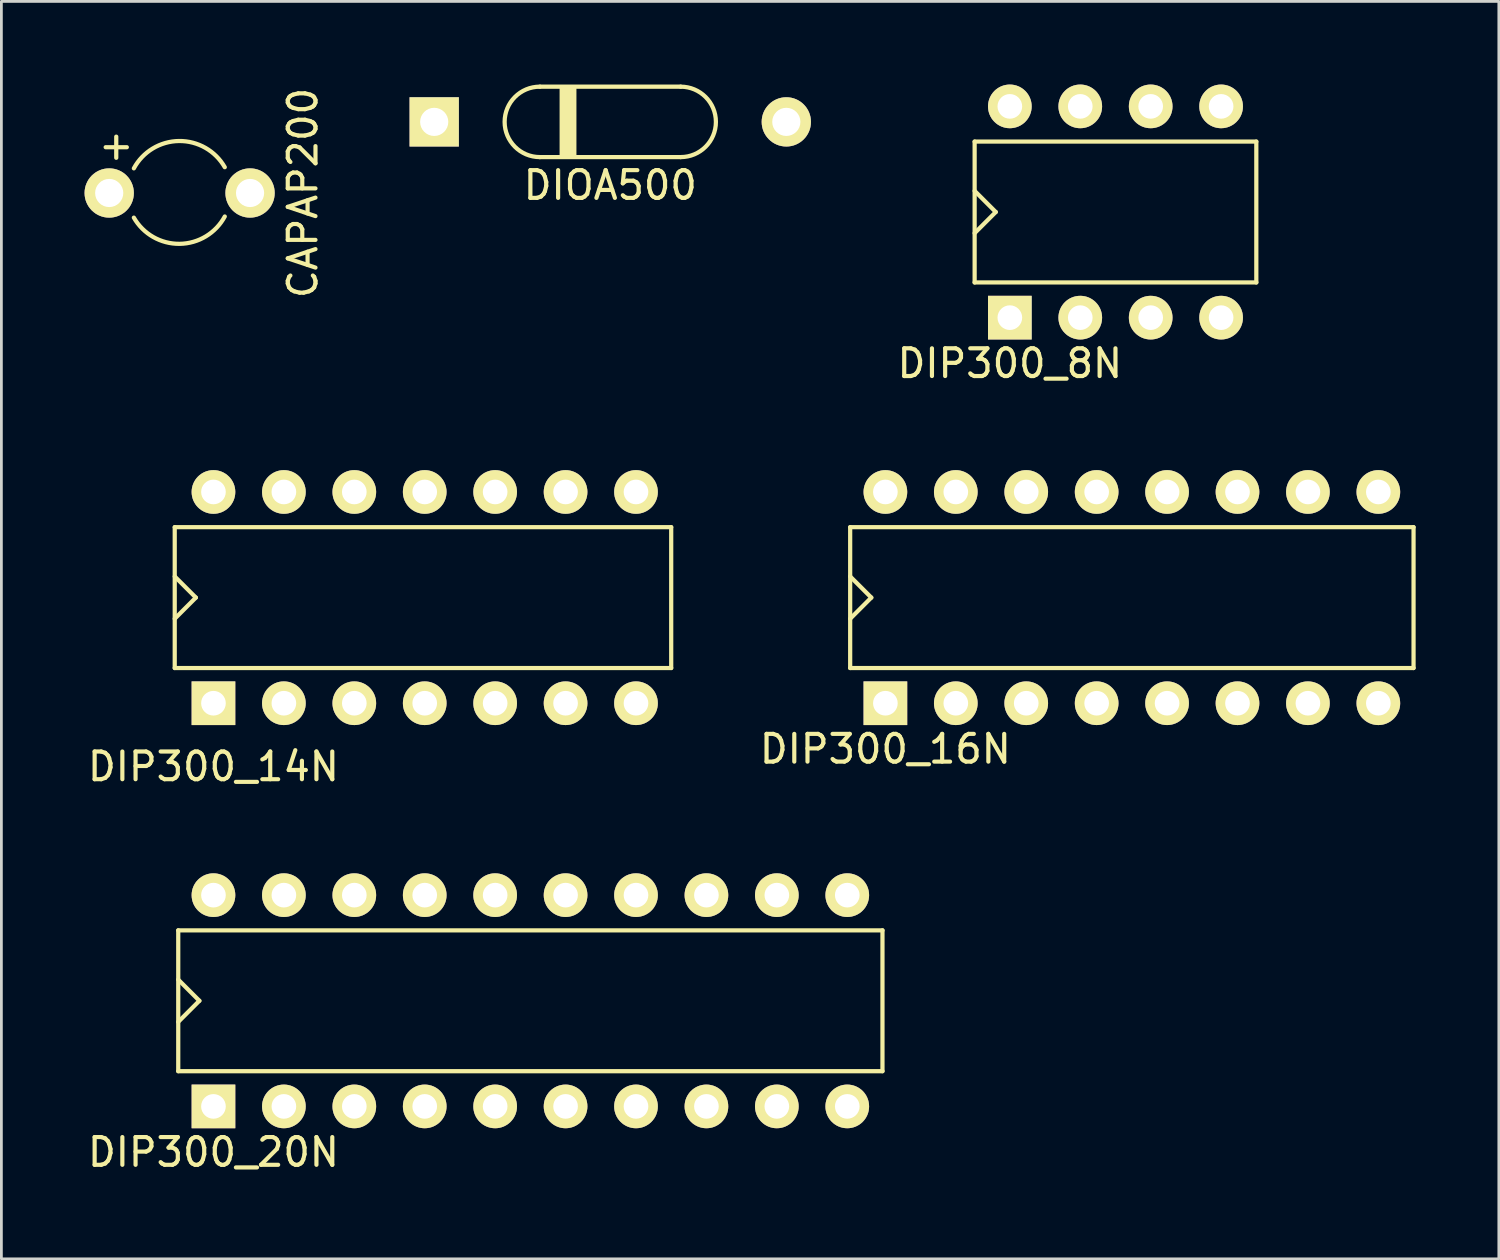
<source format=kicad_pcb>
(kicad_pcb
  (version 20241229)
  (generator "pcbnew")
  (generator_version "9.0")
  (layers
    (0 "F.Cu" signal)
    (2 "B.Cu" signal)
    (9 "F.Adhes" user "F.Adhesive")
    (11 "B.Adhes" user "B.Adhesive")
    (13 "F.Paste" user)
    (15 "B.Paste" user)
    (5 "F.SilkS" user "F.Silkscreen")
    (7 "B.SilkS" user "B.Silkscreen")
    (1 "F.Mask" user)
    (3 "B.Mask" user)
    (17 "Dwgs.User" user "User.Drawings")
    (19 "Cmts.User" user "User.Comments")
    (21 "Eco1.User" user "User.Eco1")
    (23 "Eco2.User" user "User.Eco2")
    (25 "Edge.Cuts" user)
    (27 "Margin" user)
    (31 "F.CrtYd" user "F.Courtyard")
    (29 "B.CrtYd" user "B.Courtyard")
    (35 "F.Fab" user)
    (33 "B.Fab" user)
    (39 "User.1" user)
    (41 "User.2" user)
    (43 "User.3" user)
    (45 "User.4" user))
  (footprint "DIP300_8N"
    (layer "F.Cu")
    (at 33.373 8.407)
    (property "Reference" "DIP300_8N" (at 0 1.651 0) (layer "F.SilkS") (effects (font (size 1 1) (thickness 0.15))))
    (attr through_hole)
    (fp_line (start -1.27 -6.35) (end 8.89 -6.35) (stroke (width 0.152) (type solid)) (layer "F.SilkS"))
    (fp_line (start -1.27 -4.572) (end -0.508 -3.81) (stroke (width 0.152) (type solid)) (layer "F.SilkS"))
    (fp_line (start -1.27 -1.27) (end -1.27 -6.35) (stroke (width 0.152) (type solid)) (layer "F.SilkS"))
    (fp_line (start -0.508 -3.81) (end -1.27 -3.048) (stroke (width 0.152) (type solid)) (layer "F.SilkS"))
    (fp_line (start 8.89 -6.35) (end 8.89 -1.27) (stroke (width 0.152) (type solid)) (layer "F.SilkS"))
    (fp_line (start 8.89 -1.27) (end -1.27 -1.27) (stroke (width 0.152) (type solid)) (layer "F.SilkS"))
    (pad "1" thru_hole rect (at 0 0) (size 1.575 1.575) (drill 0.889) (layers "*.Cu" "*.Mask" "F.SilkS"))
    (pad "2" thru_hole circle (at 2.54 0) (size 1.575 1.575) (drill 0.889) (layers "*.Cu" "*.Mask" "F.SilkS"))
    (pad "3" thru_hole circle (at 5.08 0) (size 1.575 1.575) (drill 0.889) (layers "*.Cu" "*.Mask" "F.SilkS"))
    (pad "4" thru_hole circle (at 7.62 0) (size 1.575 1.575) (drill 0.889) (layers "*.Cu" "*.Mask" "F.SilkS"))
    (pad "5" thru_hole circle (at 7.62 -7.62) (size 1.575 1.575) (drill 0.889) (layers "*.Cu" "*.Mask" "F.SilkS"))
    (pad "6" thru_hole circle (at 5.08 -7.62) (size 1.575 1.575) (drill 0.889) (layers "*.Cu" "*.Mask" "F.SilkS"))
    (pad "7" thru_hole circle (at 2.54 -7.62) (size 1.575 1.575) (drill 0.889) (layers "*.Cu" "*.Mask" "F.SilkS"))
    (pad "8" thru_hole circle (at 0 -7.62) (size 1.575 1.575) (drill 0.889) (layers "*.Cu" "*.Mask" "F.SilkS")))
  (footprint "CAPAP200"
    (layer "F.Cu")
    (at 0.889 3.911)
    (property "Reference" "CAPAP200" (at 6.985 0 90) (layer "F.SilkS") (effects (font (size 1 1) (thickness 0.15))))
    (attr through_hole)
    (fp_line (start -0.127 -1.651) (end 0.635 -1.651) (stroke (width 0.152) (type solid)) (layer "F.SilkS"))
    (fp_line (start 0.254 -2.032) (end 0.254 -1.27) (stroke (width 0.152) (type solid)) (layer "F.SilkS"))
    (fp_arc (start 0.889 -0.889) (mid 2.51637 -1.874984) (end 4.168071 -0.930326) (stroke (width 0.1524) (type solid)) (layer "F.SilkS"))
    (fp_arc (start 4.168071 0.847674) (mid 2.540701 1.833658) (end 0.889 0.889) (stroke (width 0.1524) (type solid)) (layer "F.SilkS"))
    (pad "1" thru_hole circle (at 0 0) (size 1.778 1.778) (drill 1.016) (layers "*.Cu" "*.Mask" "F.SilkS"))
    (pad "2" thru_hole circle (at 5.08 0) (size 1.778 1.778) (drill 1.016) (layers "*.Cu" "*.Mask" "F.SilkS")))
  (footprint "DIOA500"
    (layer "F.Cu")
    (at 18.961 1.346)
    (property "Reference" "DIOA500" (at 0 2.286 0) (layer "F.SilkS") (effects (font (size 1 1) (thickness 0.15))))
    (attr through_hole)
    (fp_line (start -2.54 -1.27) (end 2.54 -1.27) (stroke (width 0.152) (type solid)) (layer "F.SilkS"))
    (fp_line (start 2.54 1.27) (end -2.54 1.27) (stroke (width 0.152) (type solid)) (layer "F.SilkS"))
    (fp_arc (start -2.54 1.27) (mid -3.81 0) (end -2.54 -1.27) (stroke (width 0.1524) (type solid)) (layer "F.SilkS"))
    (fp_arc (start 2.54 -1.27) (mid 3.81 0) (end 2.54 1.27) (stroke (width 0.1524) (type solid)) (layer "F.SilkS"))
    (fp_poly (pts (xy -1.778 -1.27) (xy -1.27 -1.27) (xy -1.27 1.27) (xy -1.778 1.27)) (stroke (width 0.1) (type solid)) (fill yes) (layer "F.SilkS"))
    (pad "1" thru_hole rect (at -6.35 0) (size 1.778 1.778) (drill 1.016) (layers "*.Cu" "*.Mask" "F.SilkS"))
    (pad "2" thru_hole circle (at 6.35 0) (size 1.778 1.778) (drill 1.016) (layers "*.Cu" "*.Mask" "F.SilkS")))
  (footprint "DIP300_16N"
    (layer "F.Cu")
    (at 28.884 22.314)
    (property "Reference" "DIP300_16N" (at 0 1.651 0) (layer "F.SilkS") (effects (font (size 1 1) (thickness 0.15))))
    (attr through_hole)
    (fp_line (start -1.27 -6.35) (end 19.05 -6.35) (stroke (width 0.152) (type solid)) (layer "F.SilkS"))
    (fp_line (start -1.27 -4.572) (end -0.508 -3.81) (stroke (width 0.152) (type solid)) (layer "F.SilkS"))
    (fp_line (start -1.27 -1.27) (end -1.27 -6.35) (stroke (width 0.152) (type solid)) (layer "F.SilkS"))
    (fp_line (start -0.508 -3.81) (end -1.27 -3.048) (stroke (width 0.152) (type solid)) (layer "F.SilkS"))
    (fp_line (start 19.05 -6.35) (end 19.05 -1.27) (stroke (width 0.152) (type solid)) (layer "F.SilkS"))
    (fp_line (start 19.05 -1.27) (end -1.27 -1.27) (stroke (width 0.152) (type solid)) (layer "F.SilkS"))
    (pad "1" thru_hole rect (at 0 0) (size 1.575 1.575) (drill 0.889) (layers "*.Cu" "*.Mask" "F.SilkS"))
    (pad "2" thru_hole circle (at 2.54 0) (size 1.575 1.575) (drill 0.889) (layers "*.Cu" "*.Mask" "F.SilkS"))
    (pad "3" thru_hole circle (at 5.08 0) (size 1.575 1.575) (drill 0.889) (layers "*.Cu" "*.Mask" "F.SilkS"))
    (pad "4" thru_hole circle (at 7.62 0) (size 1.575 1.575) (drill 0.889) (layers "*.Cu" "*.Mask" "F.SilkS"))
    (pad "5" thru_hole circle (at 10.16 0) (size 1.575 1.575) (drill 0.889) (layers "*.Cu" "*.Mask" "F.SilkS"))
    (pad "6" thru_hole circle (at 12.7 0) (size 1.575 1.575) (drill 0.889) (layers "*.Cu" "*.Mask" "F.SilkS"))
    (pad "7" thru_hole circle (at 15.24 0) (size 1.575 1.575) (drill 0.889) (layers "*.Cu" "*.Mask" "F.SilkS"))
    (pad "8" thru_hole circle (at 17.78 0) (size 1.575 1.575) (drill 0.889) (layers "*.Cu" "*.Mask" "F.SilkS"))
    (pad "9" thru_hole circle (at 17.78 -7.62) (size 1.575 1.575) (drill 0.889) (layers "*.Cu" "*.Mask" "F.SilkS"))
    (pad "10" thru_hole circle (at 15.24 -7.62) (size 1.575 1.575) (drill 0.889) (layers "*.Cu" "*.Mask" "F.SilkS"))
    (pad "11" thru_hole circle (at 12.7 -7.62) (size 1.575 1.575) (drill 0.889) (layers "*.Cu" "*.Mask" "F.SilkS"))
    (pad "12" thru_hole circle (at 10.16 -7.62) (size 1.575 1.575) (drill 0.889) (layers "*.Cu" "*.Mask" "F.SilkS"))
    (pad "13" thru_hole circle (at 7.62 -7.62) (size 1.575 1.575) (drill 0.889) (layers "*.Cu" "*.Mask" "F.SilkS"))
    (pad "14" thru_hole circle (at 5.08 -7.62) (size 1.575 1.575) (drill 0.889) (layers "*.Cu" "*.Mask" "F.SilkS"))
    (pad "15" thru_hole circle (at 2.54 -7.62) (size 1.575 1.575) (drill 0.889) (layers "*.Cu" "*.Mask" "F.SilkS"))
    (pad "16" thru_hole circle (at 0 -7.62) (size 1.575 1.575) (drill 0.889) (layers "*.Cu" "*.Mask" "F.SilkS")))
  (footprint "DIP300_14N"
    (layer "F.Cu")
    (at 4.649 22.314)
    (property "Reference" "DIP300_14N" (at 0 2.286 0) (layer "F.SilkS") (effects (font (size 1 1) (thickness 0.15))))
    (attr through_hole)
    (fp_line (start -1.397 -6.35) (end 16.51 -6.35) (stroke (width 0.152) (type solid)) (layer "F.SilkS"))
    (fp_line (start -1.397 -4.572) (end -0.635 -3.81) (stroke (width 0.152) (type solid)) (layer "F.SilkS"))
    (fp_line (start -1.397 -1.27) (end -1.397 -6.35) (stroke (width 0.152) (type solid)) (layer "F.SilkS"))
    (fp_line (start -0.635 -3.81) (end -1.397 -3.048) (stroke (width 0.152) (type solid)) (layer "F.SilkS"))
    (fp_line (start 16.51 -6.35) (end 16.51 -1.27) (stroke (width 0.152) (type solid)) (layer "F.SilkS"))
    (fp_line (start 16.51 -1.27) (end -1.397 -1.27) (stroke (width 0.152) (type solid)) (layer "F.SilkS"))
    (pad "1" thru_hole rect (at 0 0) (size 1.575 1.575) (drill 0.889) (layers "*.Cu" "*.Mask" "F.SilkS"))
    (pad "2" thru_hole circle (at 2.54 0) (size 1.575 1.575) (drill 0.889) (layers "*.Cu" "*.Mask" "F.SilkS"))
    (pad "3" thru_hole circle (at 5.08 0) (size 1.575 1.575) (drill 0.889) (layers "*.Cu" "*.Mask" "F.SilkS"))
    (pad "4" thru_hole circle (at 7.62 0) (size 1.575 1.575) (drill 0.889) (layers "*.Cu" "*.Mask" "F.SilkS"))
    (pad "5" thru_hole circle (at 10.16 0) (size 1.575 1.575) (drill 0.889) (layers "*.Cu" "*.Mask" "F.SilkS"))
    (pad "6" thru_hole circle (at 12.7 0) (size 1.575 1.575) (drill 0.889) (layers "*.Cu" "*.Mask" "F.SilkS"))
    (pad "7" thru_hole circle (at 15.24 0) (size 1.575 1.575) (drill 0.889) (layers "*.Cu" "*.Mask" "F.SilkS"))
    (pad "8" thru_hole circle (at 15.24 -7.62) (size 1.575 1.575) (drill 0.889) (layers "*.Cu" "*.Mask" "F.SilkS"))
    (pad "9" thru_hole circle (at 12.7 -7.62) (size 1.575 1.575) (drill 0.889) (layers "*.Cu" "*.Mask" "F.SilkS"))
    (pad "10" thru_hole circle (at 10.16 -7.62) (size 1.575 1.575) (drill 0.889) (layers "*.Cu" "*.Mask" "F.SilkS"))
    (pad "11" thru_hole circle (at 7.62 -7.62) (size 1.575 1.575) (drill 0.889) (layers "*.Cu" "*.Mask" "F.SilkS"))
    (pad "12" thru_hole circle (at 5.08 -7.62) (size 1.575 1.575) (drill 0.889) (layers "*.Cu" "*.Mask" "F.SilkS"))
    (pad "13" thru_hole circle (at 2.54 -7.62) (size 1.575 1.575) (drill 0.889) (layers "*.Cu" "*.Mask" "F.SilkS"))
    (pad "14" thru_hole circle (at 0 -7.62) (size 1.575 1.575) (drill 0.889) (layers "*.Cu" "*.Mask" "F.SilkS")))
  (footprint "DIP300_20N"
    (layer "F.Cu")
    (at 4.649 36.856)
    (property "Reference" "DIP300_20N" (at 0 1.651 0) (layer "F.SilkS") (effects (font (size 1 1) (thickness 0.15))))
    (attr through_hole)
    (fp_line (start -1.27 -6.35) (end 24.13 -6.35) (stroke (width 0.152) (type solid)) (layer "F.SilkS"))
    (fp_line (start -1.27 -4.572) (end -0.508 -3.81) (stroke (width 0.152) (type solid)) (layer "F.SilkS"))
    (fp_line (start -1.27 -1.27) (end -1.27 -6.35) (stroke (width 0.152) (type solid)) (layer "F.SilkS"))
    (fp_line (start -0.508 -3.81) (end -1.27 -3.048) (stroke (width 0.152) (type solid)) (layer "F.SilkS"))
    (fp_line (start 24.13 -6.35) (end 24.13 -1.27) (stroke (width 0.152) (type solid)) (layer "F.SilkS"))
    (fp_line (start 24.13 -1.27) (end -1.27 -1.27) (stroke (width 0.152) (type solid)) (layer "F.SilkS"))
    (pad "1" thru_hole rect (at 0 0) (size 1.575 1.575) (drill 0.889) (layers "*.Cu" "*.Mask" "F.SilkS"))
    (pad "2" thru_hole circle (at 2.54 0) (size 1.575 1.575) (drill 0.889) (layers "*.Cu" "*.Mask" "F.SilkS"))
    (pad "3" thru_hole circle (at 5.08 0) (size 1.575 1.575) (drill 0.889) (layers "*.Cu" "*.Mask" "F.SilkS"))
    (pad "4" thru_hole circle (at 7.62 0) (size 1.575 1.575) (drill 0.889) (layers "*.Cu" "*.Mask" "F.SilkS"))
    (pad "5" thru_hole circle (at 10.16 0) (size 1.575 1.575) (drill 0.889) (layers "*.Cu" "*.Mask" "F.SilkS"))
    (pad "6" thru_hole circle (at 12.7 0) (size 1.575 1.575) (drill 0.889) (layers "*.Cu" "*.Mask" "F.SilkS"))
    (pad "7" thru_hole circle (at 15.24 0) (size 1.575 1.575) (drill 0.889) (layers "*.Cu" "*.Mask" "F.SilkS"))
    (pad "8" thru_hole circle (at 17.78 0) (size 1.575 1.575) (drill 0.889) (layers "*.Cu" "*.Mask" "F.SilkS"))
    (pad "9" thru_hole circle (at 20.32 0) (size 1.575 1.575) (drill 0.889) (layers "*.Cu" "*.Mask" "F.SilkS"))
    (pad "10" thru_hole circle (at 22.86 0) (size 1.575 1.575) (drill 0.889) (layers "*.Cu" "*.Mask" "F.SilkS"))
    (pad "11" thru_hole circle (at 22.86 -7.62) (size 1.575 1.575) (drill 0.889) (layers "*.Cu" "*.Mask" "F.SilkS"))
    (pad "12" thru_hole circle (at 20.32 -7.62) (size 1.575 1.575) (drill 0.889) (layers "*.Cu" "*.Mask" "F.SilkS"))
    (pad "13" thru_hole circle (at 17.78 -7.62) (size 1.575 1.575) (drill 0.889) (layers "*.Cu" "*.Mask" "F.SilkS"))
    (pad "14" thru_hole circle (at 15.24 -7.62) (size 1.575 1.575) (drill 0.889) (layers "*.Cu" "*.Mask" "F.SilkS"))
    (pad "15" thru_hole circle (at 12.7 -7.62) (size 1.575 1.575) (drill 0.889) (layers "*.Cu" "*.Mask" "F.SilkS"))
    (pad "16" thru_hole circle (at 10.16 -7.62) (size 1.575 1.575) (drill 0.889) (layers "*.Cu" "*.Mask" "F.SilkS"))
    (pad "17" thru_hole circle (at 7.62 -7.62) (size 1.575 1.575) (drill 0.889) (layers "*.Cu" "*.Mask" "F.SilkS"))
    (pad "18" thru_hole circle (at 5.08 -7.62) (size 1.575 1.575) (drill 0.889) (layers "*.Cu" "*.Mask" "F.SilkS"))
    (pad "19" thru_hole circle (at 2.54 -7.62) (size 1.575 1.575) (drill 0.889) (layers "*.Cu" "*.Mask" "F.SilkS"))
    (pad "20" thru_hole circle (at 0 -7.62) (size 1.575 1.575) (drill 0.889) (layers "*.Cu" "*.Mask" "F.SilkS")))
  (gr_rect
    (start -3 -3)
    (end 51.01 42.355)
    (stroke (width 0.1) (type default))
    (fill no)
    (layer "Edge.Cuts")))
</source>
